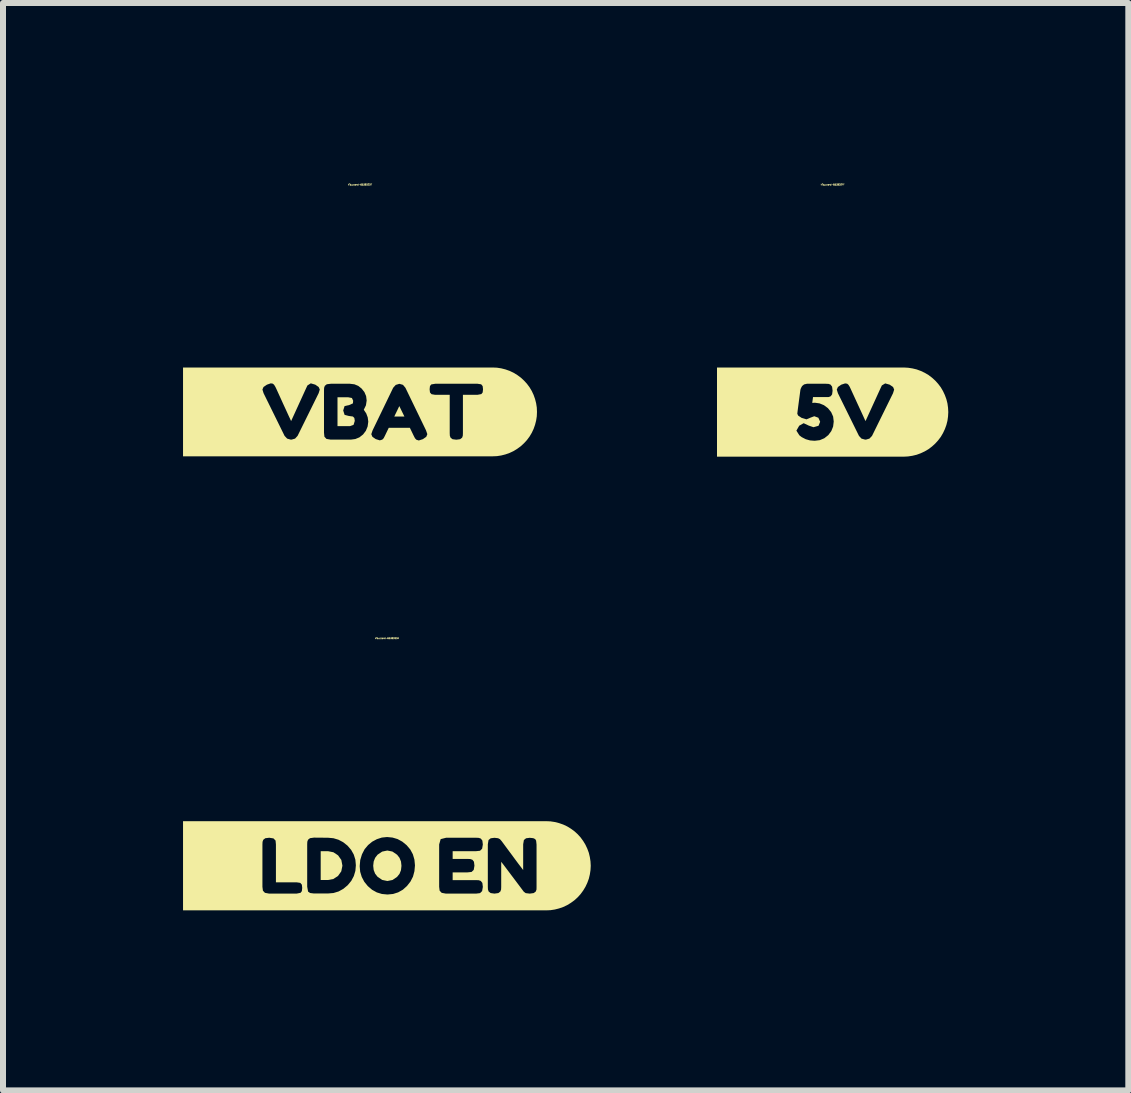
<source format=kicad_pcb>
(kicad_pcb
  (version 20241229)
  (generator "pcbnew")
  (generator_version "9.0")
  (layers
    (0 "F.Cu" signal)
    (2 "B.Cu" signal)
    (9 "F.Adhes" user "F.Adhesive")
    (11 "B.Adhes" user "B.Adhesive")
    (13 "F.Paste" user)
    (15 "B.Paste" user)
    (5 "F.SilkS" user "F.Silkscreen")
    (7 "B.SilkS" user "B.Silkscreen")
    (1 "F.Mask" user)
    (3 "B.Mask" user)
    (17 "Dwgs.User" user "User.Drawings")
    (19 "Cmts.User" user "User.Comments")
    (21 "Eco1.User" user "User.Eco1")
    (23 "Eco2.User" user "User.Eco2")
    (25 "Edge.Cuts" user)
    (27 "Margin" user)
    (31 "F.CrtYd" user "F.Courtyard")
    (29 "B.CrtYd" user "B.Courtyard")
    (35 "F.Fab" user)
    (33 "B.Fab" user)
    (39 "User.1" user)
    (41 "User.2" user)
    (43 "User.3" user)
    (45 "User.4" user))
  (footprint "kibuzzard-653BD2D7"
    (layer "F.Cu")
    (at 2.949 3.814)
    (property "Reference" "kibuzzard-653BD2D7" (at 0 -3.788 0) (layer "F.SilkS") (effects (font (size 0.025 0.025) (thickness 0.15))))
    (attr board_only exclude_from_pos_files exclude_from_bom)
    (fp_poly (pts (xy 0.655 -0.097) (xy 0.571 0.077) (xy 0.74 0.077) (xy 0.655 -0.097)) (stroke (width 0) (type solid)) (fill yes) (layer "F.SilkS"))
    (fp_poly (pts (xy -0.087 0.15) (xy -0.094 0.102) (xy -0.118 0.077) (xy -0.189 0.067) (xy -0.257 0.049) (xy -0.28 -0.024) (xy -0.257 -0.097) (xy -0.179 -0.115) (xy -0.118 -0.142) (xy -0.114 -0.187) (xy -0.135 -0.232) (xy -0.198 -0.244) (xy -0.375 -0.244) (xy -0.375 0.237) (xy -0.167 0.237) (xy -0.107 0.215) (xy -0.087 0.15)) (stroke (width 0) (type solid)) (fill yes) (layer "F.SilkS"))
    (fp_poly (pts (xy -1.626 -0.74) (xy -2.949 -0.74) (xy -2.949 0.74) (xy -1.626 0.74) (xy -1.141 0.74) (xy -1.141 0.462) (xy -1.154 0.462) (xy -1.214 0.445) (xy -1.257 0.399) (xy -1.607 -0.312) (xy -1.626 -0.373) (xy -1.608 -0.415) (xy -1.551 -0.454) (xy -1.487 -0.476) (xy -1.454 -0.471) (xy -1.432 -0.453) (xy -1.411 -0.419) (xy -1.394 -0.384) (xy -1.362 -0.314) (xy -1.321 -0.224) (xy -1.278 -0.129) (xy -1.234 -0.034) (xy -1.193 0.056) (xy -1.161 0.124) (xy -1.148 0.153) (xy -0.894 -0.403) (xy -0.876 -0.441) (xy -0.82 -0.476) (xy -0.745 -0.454) (xy -0.689 -0.415) (xy -0.67 -0.373) (xy -0.689 -0.312) (xy -1.04 0.399) (xy -1.082 0.445) (xy -1.141 0.462) (xy -1.141 0.74) (xy -0.154 0.74) (xy -0.154 0.462) (xy -0.488 0.462) (xy -0.559 0.45) (xy -0.593 0.413) (xy -0.6 0.347) (xy -0.6 -0.358) (xy -0.598 -0.402) (xy -0.586 -0.435) (xy -0.553 -0.461) (xy -0.487 -0.469) (xy -0.167 -0.469) (xy -0.093 -0.46) (xy -0.028 -0.433) (xy 0.028 -0.388) (xy 0.074 -0.329) (xy 0.102 -0.263) (xy 0.111 -0.19) (xy 0.099 -0.11) (xy 0.063 -0.036) (xy 0.104 0.025) (xy 0.129 0.092) (xy 0.138 0.163) (xy 0.127 0.243) (xy 0.098 0.314) (xy 0.051 0.376) (xy -0.01 0.424) (xy -0.078 0.452) (xy -0.154 0.462) (xy -0.154 0.74) (xy 0.98 0.74) (xy 0.98 0.476) (xy 0.94 0.464) (xy 0.917 0.44) (xy 0.897 0.402) (xy 0.831 0.265) (xy 0.479 0.265) (xy 0.413 0.402) (xy 0.394 0.439) (xy 0.371 0.462) (xy 0.33 0.474) (xy 0.262 0.453) (xy 0.207 0.415) (xy 0.188 0.371) (xy 0.21 0.307) (xy 0.553 -0.403) (xy 0.596 -0.45) (xy 0.656 -0.468) (xy 0.716 -0.451) (xy 0.757 -0.402) (xy 1.1 0.307) (xy 1.122 0.371) (xy 1.104 0.415) (xy 1.048 0.454) (xy 0.98 0.476) (xy 0.98 0.74) (xy 1.605 0.74) (xy 1.605 0.463) (xy 1.542 0.455) (xy 1.509 0.429) (xy 1.497 0.396) (xy 1.495 0.352) (xy 1.495 -0.285) (xy 1.251 -0.285) (xy 1.192 -0.295) (xy 1.166 -0.324) (xy 1.16 -0.378) (xy 1.166 -0.431) (xy 1.188 -0.458) (xy 1.253 -0.469) (xy 1.959 -0.469) (xy 2.019 -0.46) (xy 2.044 -0.43) (xy 2.05 -0.377) (xy 2.044 -0.324) (xy 2.022 -0.297) (xy 1.958 -0.285) (xy 1.715 -0.285) (xy 1.715 0.354) (xy 1.713 0.397) (xy 1.702 0.429) (xy 1.668 0.455) (xy 1.605 0.463) (xy 1.605 0.74) (xy 2.05 0.74) (xy 2.209 0.74) (xy 2.282 0.737) (xy 2.353 0.726) (xy 2.424 0.708) (xy 2.492 0.684) (xy 2.558 0.653) (xy 2.62 0.615) (xy 2.679 0.572) (xy 2.732 0.523) (xy 2.781 0.47) (xy 2.825 0.411) (xy 2.862 0.349) (xy 2.893 0.283) (xy 2.917 0.215) (xy 2.935 0.144) (xy 2.946 0.073) (xy 2.949 0) (xy 2.946 -0.073) (xy 2.935 -0.144) (xy 2.917 -0.215) (xy 2.893 -0.283) (xy 2.862 -0.349) (xy 2.825 -0.411) (xy 2.781 -0.47) (xy 2.732 -0.523) (xy 2.679 -0.572) (xy 2.62 -0.615) (xy 2.558 -0.653) (xy 2.492 -0.684) (xy 2.424 -0.708) (xy 2.353 -0.726) (xy 2.282 -0.737) (xy 2.209 -0.74) (xy 2.05 -0.74) (xy -1.626 -0.74)) (stroke (width 0) (type solid)) (fill yes) (layer "F.SilkS")))
  (footprint "kibuzzard-653BD2FF"
    (layer "F.Cu")
    (at 10.825 3.817)
    (property "Reference" "kibuzzard-653BD2FF" (at 0 -3.791 0) (layer "F.SilkS") (effects (font (size 0.025 0.025) (thickness 0.15))))
    (attr board_only exclude_from_pos_files exclude_from_bom)
    (fp_poly (pts (xy -0.604 -0.743) (xy -1.927 -0.743) (xy -1.927 0.743) (xy -0.604 0.743) (xy -0.3 0.743) (xy -0.3 0.478) (xy -0.377 0.472) (xy -0.448 0.452) (xy -0.514 0.418) (xy -0.546 0.394) (xy -0.556 0.385) (xy -0.604 0.309) (xy -0.557 0.227) (xy -0.483 0.185) (xy -0.398 0.225) (xy -0.319 0.252) (xy -0.235 0.228) (xy -0.208 0.161) (xy -0.238 0.094) (xy -0.306 0.069) (xy -0.367 0.092) (xy -0.436 0.121) (xy -0.516 0.097) (xy -0.575 0.058) (xy -0.589 0.027) (xy -0.582 -0.032) (xy -0.563 -0.177) (xy -0.544 -0.32) (xy -0.537 -0.373) (xy -0.528 -0.399) (xy -0.509 -0.434) (xy -0.476 -0.461) (xy -0.425 -0.473) (xy -0.232 -0.472) (xy -0.113 -0.472) (xy -0.068 -0.47) (xy -0.035 -0.458) (xy -0.009 -0.424) (xy -0.001 -0.356) (xy -0.009 -0.295) (xy -0.032 -0.264) (xy -0.064 -0.251) (xy -0.105 -0.25) (xy -0.327 -0.25) (xy -0.34 -0.153) (xy -0.295 -0.156) (xy -0.218 -0.145) (xy -0.145 -0.115) (xy -0.078 -0.065) (xy -0.025 0.000281) (xy 0.008 0.074) (xy 0.018 0.157) (xy 0.008 0.241) (xy -0.022 0.316) (xy -0.073 0.384) (xy -0.139 0.436) (xy -0.215 0.468) (xy -0.3 0.478) (xy -0.3 0.743) (xy 0.554 0.743) (xy 0.554 0.459) (xy 0.542 0.459) (xy 0.481 0.442) (xy 0.439 0.397) (xy 0.088 -0.314) (xy 0.069 -0.375) (xy 0.088 -0.418) (xy 0.144 -0.457) (xy 0.208 -0.478) (xy 0.242 -0.473) (xy 0.263 -0.455) (xy 0.284 -0.422) (xy 0.301 -0.386) (xy 0.333 -0.316) (xy 0.374 -0.227) (xy 0.418 -0.131) (xy 0.462 -0.036) (xy 0.503 0.053) (xy 0.534 0.121) (xy 0.548 0.15) (xy 0.802 -0.406) (xy 0.82 -0.444) (xy 0.876 -0.478) (xy 0.95 -0.457) (xy 1.007 -0.418) (xy 1.025 -0.375) (xy 1.006 -0.314) (xy 0.656 0.397) (xy 0.613 0.442) (xy 0.554 0.459) (xy 0.554 0.743) (xy 1.025 0.743) (xy 1.184 0.743) (xy 1.257 0.739) (xy 1.329 0.728) (xy 1.4 0.711) (xy 1.468 0.686) (xy 1.534 0.655) (xy 1.597 0.618) (xy 1.655 0.574) (xy 1.709 0.525) (xy 1.758 0.471) (xy 1.802 0.413) (xy 1.839 0.35) (xy 1.87 0.284) (xy 1.895 0.216) (xy 1.913 0.145) (xy 1.923 0.073) (xy 1.927 0) (xy 1.923 -0.073) (xy 1.913 -0.145) (xy 1.895 -0.216) (xy 1.87 -0.284) (xy 1.839 -0.35) (xy 1.802 -0.413) (xy 1.758 -0.471) (xy 1.709 -0.525) (xy 1.655 -0.574) (xy 1.597 -0.618) (xy 1.534 -0.655) (xy 1.468 -0.686) (xy 1.4 -0.711) (xy 1.329 -0.728) (xy 1.257 -0.739) (xy 1.184 -0.743) (xy 1.025 -0.743) (xy -0.604 -0.743)) (stroke (width 0) (type solid)) (fill yes) (layer "F.SilkS")))
  (footprint "kibuzzard-653BD3DA"
    (layer "F.Cu")
    (at 3.397 11.377)
    (property "Reference" "kibuzzard-653BD3DA" (at 0 -3.791 0) (layer "F.SilkS") (effects (font (size 0.025 0.025) (thickness 0.15))))
    (attr board_only exclude_from_pos_files exclude_from_bom)
    (fp_poly (pts (xy -0.981 -0.243) (xy -1.103 -0.243) (xy -1.103 0.237) (xy -0.98 0.237) (xy -0.893 0.221) (xy -0.815 0.17) (xy -0.76 0.093) (xy -0.741 -0.001) (xy -0.759 -0.096) (xy -0.813 -0.173) (xy -0.891 -0.225) (xy -0.981 -0.243)) (stroke (width 0) (type solid)) (fill yes) (layer "F.SilkS"))
    (fp_poly (pts (xy -0.228 0) (xy -0.22 0.071) (xy -0.196 0.132) (xy -0.155 0.184) (xy -0.078 0.236) (xy 0.008 0.254) (xy 0.094 0.237) (xy 0.17 0.185) (xy 0.211 0.134) (xy 0.235 0.073) (xy 0.243 0.001) (xy 0.235 -0.071) (xy 0.21 -0.133) (xy 0.17 -0.184) (xy 0.092 -0.237) (xy 0.007 -0.254) (xy -0.079 -0.236) (xy -0.156 -0.184) (xy -0.196 -0.132) (xy -0.22 -0.071) (xy -0.228 0)) (stroke (width 0) (type solid)) (fill yes) (layer "F.SilkS"))
    (fp_poly (pts (xy -2.074 -0.743) (xy -3.397 -0.743) (xy -3.397 0.743) (xy -2.074 0.743) (xy -1.505 0.743) (xy -1.505 0.464) (xy -1.962 0.464) (xy -2.032 0.451) (xy -2.066 0.415) (xy -2.074 0.351) (xy -2.074 -0.356) (xy -2.072 -0.399) (xy -2.06 -0.433) (xy -2.026 -0.459) (xy -1.961 -0.467) (xy -1.89 -0.456) (xy -1.855 -0.42) (xy -1.849 -0.354) (xy -1.849 0.276) (xy -1.503 0.276) (xy -1.443 0.285) (xy -1.417 0.315) (xy -1.411 0.369) (xy -1.417 0.423) (xy -1.439 0.451) (xy -1.505 0.464) (xy -1.505 0.743) (xy -0.984 0.743) (xy -0.984 0.462) (xy -1.216 0.462) (xy -1.279 0.454) (xy -1.313 0.431) (xy -1.328 0.349) (xy -1.328 -0.357) (xy -1.326 -0.401) (xy -1.314 -0.434) (xy -1.281 -0.46) (xy -1.215 -0.469) (xy -0.98 -0.467) (xy -0.891 -0.459) (xy -0.807 -0.434) (xy -0.729 -0.393) (xy -0.656 -0.335) (xy -0.595 -0.264) (xy -0.552 -0.187) (xy -0.525 -0.101) (xy -0.517 -0.008) (xy -0.525 0.085) (xy -0.551 0.172) (xy -0.593 0.251) (xy -0.653 0.324) (xy -0.725 0.384) (xy -0.804 0.428) (xy -0.89 0.454) (xy -0.984 0.462) (xy -0.984 0.743) (xy 0.01 0.743) (xy 0.01 0.479) (xy -0.083 0.47) (xy -0.168 0.444) (xy -0.247 0.4) (xy -0.318 0.339) (xy -0.377 0.266) (xy -0.419 0.186) (xy -0.445 0.1) (xy -0.453 0.006) (xy -0.444 -0.096) (xy -0.415 -0.191) (xy -0.371 -0.276) (xy -0.313 -0.345) (xy -0.245 -0.401) (xy -0.167 -0.443) (xy -0.084 -0.47) (xy 0.003 -0.479) (xy 0.094 -0.47) (xy 0.178 -0.445) (xy 0.257 -0.402) (xy 0.329 -0.343) (xy 0.39 -0.271) (xy 0.433 -0.191) (xy 0.459 -0.102) (xy 0.468 -0.006) (xy 0.459 0.091) (xy 0.435 0.181) (xy 0.393 0.263) (xy 0.335 0.337) (xy 0.266 0.399) (xy 0.188 0.443) (xy 0.103 0.47) (xy 0.01 0.479) (xy 0.01 0.743) (xy 1.486 0.743) (xy 1.486 0.464) (xy 0.983 0.464) (xy 0.913 0.451) (xy 0.879 0.415) (xy 0.871 0.351) (xy 0.871 -0.356) (xy 0.896 -0.444) (xy 0.987 -0.467) (xy 1.487 -0.467) (xy 1.531 -0.465) (xy 1.565 -0.453) (xy 1.591 -0.42) (xy 1.599 -0.354) (xy 1.587 -0.284) (xy 1.552 -0.25) (xy 1.486 -0.243) (xy 1.096 -0.243) (xy 1.096 -0.114) (xy 1.348 -0.114) (xy 1.391 -0.112) (xy 1.425 -0.1) (xy 1.451 -0.067) (xy 1.459 -0.001) (xy 1.447 0.069) (xy 1.411 0.103) (xy 1.345 0.11) (xy 1.096 0.11) (xy 1.096 0.239) (xy 1.487 0.239) (xy 1.531 0.241) (xy 1.565 0.253) (xy 1.591 0.286) (xy 1.599 0.352) (xy 1.587 0.422) (xy 1.552 0.456) (xy 1.486 0.464) (xy 1.486 0.743) (xy 2.381 0.743) (xy 2.381 0.464) (xy 2.313 0.456) (xy 2.281 0.432) (xy 2.191 0.312) (xy 2.112 0.207) (xy 2.044 0.117) (xy 1.987 0.041) (xy 1.941 -0.02) (xy 1.905 -0.066) (xy 1.905 0.352) (xy 1.903 0.396) (xy 1.891 0.429) (xy 1.858 0.455) (xy 1.792 0.464) (xy 1.729 0.455) (xy 1.696 0.429) (xy 1.684 0.395) (xy 1.682 0.351) (xy 1.682 -0.358) (xy 1.694 -0.429) (xy 1.73 -0.458) (xy 1.792 -0.466) (xy 1.853 -0.459) (xy 1.884 -0.443) (xy 1.913 -0.41) (xy 1.997 -0.296) (xy 2.072 -0.195) (xy 2.136 -0.108) (xy 2.191 -0.034) (xy 2.236 0.025) (xy 2.271 0.071) (xy 2.271 -0.358) (xy 2.283 -0.429) (xy 2.319 -0.458) (xy 2.38 -0.466) (xy 2.438 -0.46) (xy 2.471 -0.445) (xy 2.487 -0.418) (xy 2.494 -0.353) (xy 2.494 0.352) (xy 2.493 0.396) (xy 2.481 0.429) (xy 2.447 0.455) (xy 2.381 0.464) (xy 2.381 0.743) (xy 2.494 0.743) (xy 2.653 0.743) (xy 2.726 0.74) (xy 2.798 0.729) (xy 2.869 0.711) (xy 2.938 0.687) (xy 3.004 0.656) (xy 3.066 0.618) (xy 3.125 0.575) (xy 3.179 0.526) (xy 3.228 0.472) (xy 3.271 0.413) (xy 3.309 0.35) (xy 3.34 0.284) (xy 3.365 0.216) (xy 3.382 0.145) (xy 3.393 0.073) (xy 3.397 0) (xy 3.393 -0.073) (xy 3.382 -0.145) (xy 3.365 -0.216) (xy 3.34 -0.284) (xy 3.309 -0.35) (xy 3.271 -0.413) (xy 3.228 -0.472) (xy 3.179 -0.526) (xy 3.125 -0.575) (xy 3.066 -0.618) (xy 3.004 -0.656) (xy 2.938 -0.687) (xy 2.869 -0.711) (xy 2.798 -0.729) (xy 2.726 -0.74) (xy 2.653 -0.743) (xy 2.494 -0.743) (xy -2.074 -0.743)) (stroke (width 0) (type solid)) (fill yes) (layer "F.SilkS")))
  (gr_rect
    (start -3 -3)
    (end 15.752 15.12)
    (stroke (width 0.1) (type default))
    (fill no)
    (layer "Edge.Cuts")))
</source>
